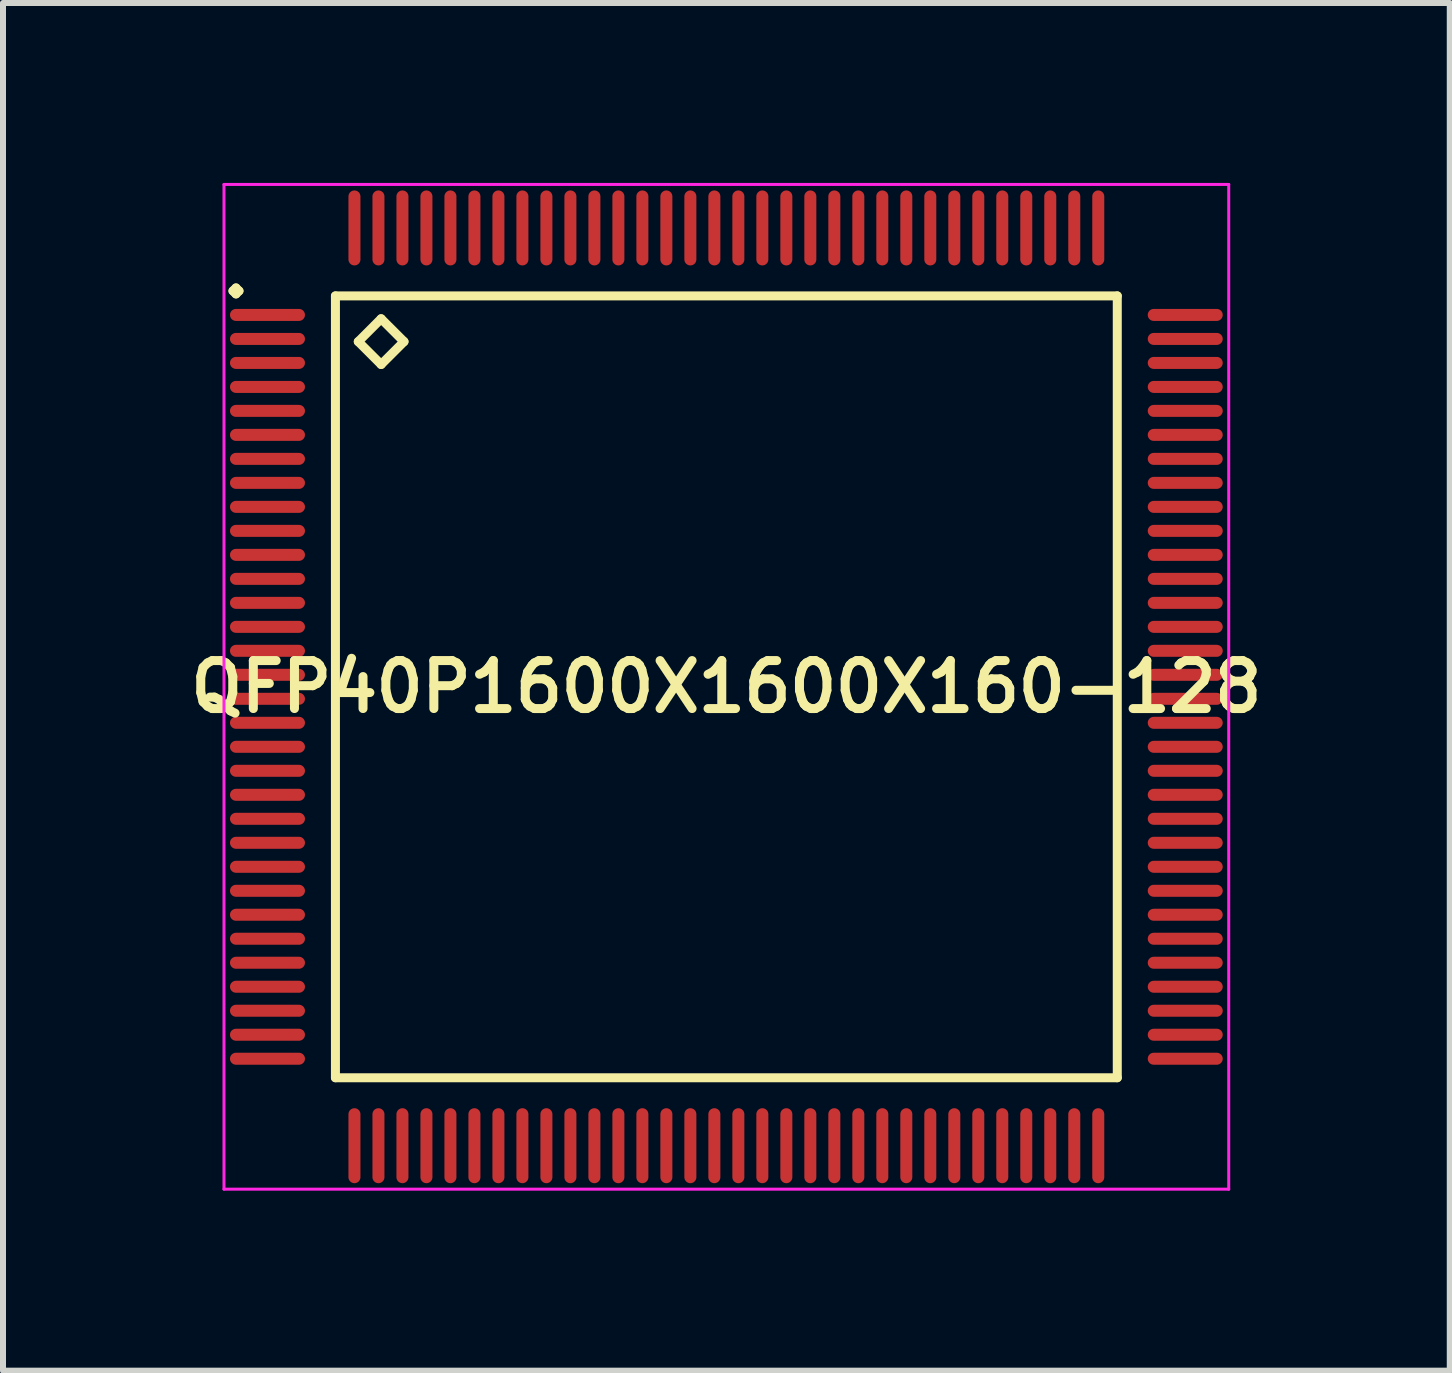
<source format=kicad_pcb>
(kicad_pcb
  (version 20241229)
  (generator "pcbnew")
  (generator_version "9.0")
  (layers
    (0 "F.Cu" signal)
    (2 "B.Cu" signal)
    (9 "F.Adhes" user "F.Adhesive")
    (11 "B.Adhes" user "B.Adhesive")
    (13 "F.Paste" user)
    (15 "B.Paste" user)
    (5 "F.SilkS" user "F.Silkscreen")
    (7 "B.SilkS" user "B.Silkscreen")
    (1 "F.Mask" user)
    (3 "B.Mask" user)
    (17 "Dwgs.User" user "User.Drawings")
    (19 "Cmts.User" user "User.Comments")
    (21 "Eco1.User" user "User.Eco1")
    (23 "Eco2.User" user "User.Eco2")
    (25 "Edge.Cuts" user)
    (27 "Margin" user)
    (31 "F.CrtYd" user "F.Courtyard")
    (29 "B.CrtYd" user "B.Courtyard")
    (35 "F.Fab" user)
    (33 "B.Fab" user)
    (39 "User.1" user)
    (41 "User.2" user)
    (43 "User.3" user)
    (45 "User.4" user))
  (footprint "QFP40P1600X1600X160-128"
    (layer "F.Cu")
    (at 9.059 8.4)
    (property "Reference" "QFP40P1600X1600X160-128" (at 0 0 0) (layer "F.SilkS") (effects (font (size 0.8 0.8) (thickness 0.15))))
    (attr smd)
    (fp_line (start -8.225 -6.6) (end -8.175 -6.65) (stroke (width 0.15) (type solid)) (layer "F.SilkS"))
    (fp_line (start -8.175 -6.65) (end -8.125 -6.6) (stroke (width 0.15) (type solid)) (layer "F.SilkS"))
    (fp_line (start -8.175 -6.55) (end -8.225 -6.6) (stroke (width 0.15) (type solid)) (layer "F.SilkS"))
    (fp_line (start -8.125 -6.6) (end -8.175 -6.55) (stroke (width 0.15) (type solid)) (layer "F.SilkS"))
    (fp_line (start -6.517 -6.517) (end -6.517 6.517) (stroke (width 0.15) (type solid)) (layer "F.SilkS"))
    (fp_line (start -6.517 6.517) (end 6.517 6.517) (stroke (width 0.15) (type solid)) (layer "F.SilkS"))
    (fp_line (start -6.136 -5.755) (end -5.755 -6.136) (stroke (width 0.15) (type solid)) (layer "F.SilkS"))
    (fp_line (start -5.755 -6.136) (end -5.374 -5.755) (stroke (width 0.15) (type solid)) (layer "F.SilkS"))
    (fp_line (start -5.755 -5.374) (end -6.136 -5.755) (stroke (width 0.15) (type solid)) (layer "F.SilkS"))
    (fp_line (start -5.374 -5.755) (end -5.755 -5.374) (stroke (width 0.15) (type solid)) (layer "F.SilkS"))
    (fp_line (start 6.517 -6.517) (end -6.517 -6.517) (stroke (width 0.15) (type solid)) (layer "F.SilkS"))
    (fp_line (start 6.517 6.517) (end 6.517 -6.517) (stroke (width 0.15) (type solid)) (layer "F.SilkS"))
    (fp_line (start -8.375 -8.375) (end 8.375 -8.375) (stroke (width 0.05) (type solid)) (layer "F.CrtYd"))
    (fp_line (start -8.375 8.375) (end -8.375 -8.375) (stroke (width 0.05) (type solid)) (layer "F.CrtYd"))
    (fp_line (start 8.375 -8.375) (end 8.375 8.375) (stroke (width 0.05) (type solid)) (layer "F.CrtYd"))
    (fp_line (start 8.375 8.375) (end -8.375 8.375) (stroke (width 0.05) (type solid)) (layer "F.CrtYd"))
    (pad "1" smd oval (at -7.65 -6.2) (size 1.25 0.2) (layers "F.Cu" "F.Mask" "F.Paste"))
    (pad "2" smd oval (at -7.65 -5.8) (size 1.25 0.2) (layers "F.Cu" "F.Mask" "F.Paste"))
    (pad "3" smd oval (at -7.65 -5.4) (size 1.25 0.2) (layers "F.Cu" "F.Mask" "F.Paste"))
    (pad "4" smd oval (at -7.65 -5) (size 1.25 0.2) (layers "F.Cu" "F.Mask" "F.Paste"))
    (pad "5" smd oval (at -7.65 -4.6) (size 1.25 0.2) (layers "F.Cu" "F.Mask" "F.Paste"))
    (pad "6" smd oval (at -7.65 -4.2) (size 1.25 0.2) (layers "F.Cu" "F.Mask" "F.Paste"))
    (pad "7" smd oval (at -7.65 -3.8) (size 1.25 0.2) (layers "F.Cu" "F.Mask" "F.Paste"))
    (pad "8" smd oval (at -7.65 -3.4) (size 1.25 0.2) (layers "F.Cu" "F.Mask" "F.Paste"))
    (pad "9" smd oval (at -7.65 -3) (size 1.25 0.2) (layers "F.Cu" "F.Mask" "F.Paste"))
    (pad "10" smd oval (at -7.65 -2.6) (size 1.25 0.2) (layers "F.Cu" "F.Mask" "F.Paste"))
    (pad "11" smd oval (at -7.65 -2.2) (size 1.25 0.2) (layers "F.Cu" "F.Mask" "F.Paste"))
    (pad "12" smd oval (at -7.65 -1.8) (size 1.25 0.2) (layers "F.Cu" "F.Mask" "F.Paste"))
    (pad "13" smd oval (at -7.65 -1.4) (size 1.25 0.2) (layers "F.Cu" "F.Mask" "F.Paste"))
    (pad "14" smd oval (at -7.65 -1) (size 1.25 0.2) (layers "F.Cu" "F.Mask" "F.Paste"))
    (pad "15" smd oval (at -7.65 -0.6) (size 1.25 0.2) (layers "F.Cu" "F.Mask" "F.Paste"))
    (pad "16" smd oval (at -7.65 -0.2) (size 1.25 0.2) (layers "F.Cu" "F.Mask" "F.Paste"))
    (pad "17" smd oval (at -7.65 0.2) (size 1.25 0.2) (layers "F.Cu" "F.Mask" "F.Paste"))
    (pad "18" smd oval (at -7.65 0.6) (size 1.25 0.2) (layers "F.Cu" "F.Mask" "F.Paste"))
    (pad "19" smd oval (at -7.65 1) (size 1.25 0.2) (layers "F.Cu" "F.Mask" "F.Paste"))
    (pad "20" smd oval (at -7.65 1.4) (size 1.25 0.2) (layers "F.Cu" "F.Mask" "F.Paste"))
    (pad "21" smd oval (at -7.65 1.8) (size 1.25 0.2) (layers "F.Cu" "F.Mask" "F.Paste"))
    (pad "22" smd oval (at -7.65 2.2) (size 1.25 0.2) (layers "F.Cu" "F.Mask" "F.Paste"))
    (pad "23" smd oval (at -7.65 2.6) (size 1.25 0.2) (layers "F.Cu" "F.Mask" "F.Paste"))
    (pad "24" smd oval (at -7.65 3) (size 1.25 0.2) (layers "F.Cu" "F.Mask" "F.Paste"))
    (pad "25" smd oval (at -7.65 3.4) (size 1.25 0.2) (layers "F.Cu" "F.Mask" "F.Paste"))
    (pad "26" smd oval (at -7.65 3.8) (size 1.25 0.2) (layers "F.Cu" "F.Mask" "F.Paste"))
    (pad "27" smd oval (at -7.65 4.2) (size 1.25 0.2) (layers "F.Cu" "F.Mask" "F.Paste"))
    (pad "28" smd oval (at -7.65 4.6) (size 1.25 0.2) (layers "F.Cu" "F.Mask" "F.Paste"))
    (pad "29" smd oval (at -7.65 5) (size 1.25 0.2) (layers "F.Cu" "F.Mask" "F.Paste"))
    (pad "30" smd oval (at -7.65 5.4) (size 1.25 0.2) (layers "F.Cu" "F.Mask" "F.Paste"))
    (pad "31" smd oval (at -7.65 5.8) (size 1.25 0.2) (layers "F.Cu" "F.Mask" "F.Paste"))
    (pad "32" smd oval (at -7.65 6.2) (size 1.25 0.2) (layers "F.Cu" "F.Mask" "F.Paste"))
    (pad "33" smd oval (at -6.2 7.65) (size 0.2 1.25) (layers "F.Cu" "F.Mask" "F.Paste"))
    (pad "34" smd oval (at -5.8 7.65) (size 0.2 1.25) (layers "F.Cu" "F.Mask" "F.Paste"))
    (pad "35" smd oval (at -5.4 7.65) (size 0.2 1.25) (layers "F.Cu" "F.Mask" "F.Paste"))
    (pad "36" smd oval (at -5 7.65) (size 0.2 1.25) (layers "F.Cu" "F.Mask" "F.Paste"))
    (pad "37" smd oval (at -4.6 7.65) (size 0.2 1.25) (layers "F.Cu" "F.Mask" "F.Paste"))
    (pad "38" smd oval (at -4.2 7.65) (size 0.2 1.25) (layers "F.Cu" "F.Mask" "F.Paste"))
    (pad "39" smd oval (at -3.8 7.65) (size 0.2 1.25) (layers "F.Cu" "F.Mask" "F.Paste"))
    (pad "40" smd oval (at -3.4 7.65) (size 0.2 1.25) (layers "F.Cu" "F.Mask" "F.Paste"))
    (pad "41" smd oval (at -3 7.65) (size 0.2 1.25) (layers "F.Cu" "F.Mask" "F.Paste"))
    (pad "42" smd oval (at -2.6 7.65) (size 0.2 1.25) (layers "F.Cu" "F.Mask" "F.Paste"))
    (pad "43" smd oval (at -2.2 7.65) (size 0.2 1.25) (layers "F.Cu" "F.Mask" "F.Paste"))
    (pad "44" smd oval (at -1.8 7.65) (size 0.2 1.25) (layers "F.Cu" "F.Mask" "F.Paste"))
    (pad "45" smd oval (at -1.4 7.65) (size 0.2 1.25) (layers "F.Cu" "F.Mask" "F.Paste"))
    (pad "46" smd oval (at -1 7.65) (size 0.2 1.25) (layers "F.Cu" "F.Mask" "F.Paste"))
    (pad "47" smd oval (at -0.6 7.65) (size 0.2 1.25) (layers "F.Cu" "F.Mask" "F.Paste"))
    (pad "48" smd oval (at -0.2 7.65) (size 0.2 1.25) (layers "F.Cu" "F.Mask" "F.Paste"))
    (pad "49" smd oval (at 0.2 7.65) (size 0.2 1.25) (layers "F.Cu" "F.Mask" "F.Paste"))
    (pad "50" smd oval (at 0.6 7.65) (size 0.2 1.25) (layers "F.Cu" "F.Mask" "F.Paste"))
    (pad "51" smd oval (at 1 7.65) (size 0.2 1.25) (layers "F.Cu" "F.Mask" "F.Paste"))
    (pad "52" smd oval (at 1.4 7.65) (size 0.2 1.25) (layers "F.Cu" "F.Mask" "F.Paste"))
    (pad "53" smd oval (at 1.8 7.65) (size 0.2 1.25) (layers "F.Cu" "F.Mask" "F.Paste"))
    (pad "54" smd oval (at 2.2 7.65) (size 0.2 1.25) (layers "F.Cu" "F.Mask" "F.Paste"))
    (pad "55" smd oval (at 2.6 7.65) (size 0.2 1.25) (layers "F.Cu" "F.Mask" "F.Paste"))
    (pad "56" smd oval (at 3 7.65) (size 0.2 1.25) (layers "F.Cu" "F.Mask" "F.Paste"))
    (pad "57" smd oval (at 3.4 7.65) (size 0.2 1.25) (layers "F.Cu" "F.Mask" "F.Paste"))
    (pad "58" smd oval (at 3.8 7.65) (size 0.2 1.25) (layers "F.Cu" "F.Mask" "F.Paste"))
    (pad "59" smd oval (at 4.2 7.65) (size 0.2 1.25) (layers "F.Cu" "F.Mask" "F.Paste"))
    (pad "60" smd oval (at 4.6 7.65) (size 0.2 1.25) (layers "F.Cu" "F.Mask" "F.Paste"))
    (pad "61" smd oval (at 5 7.65) (size 0.2 1.25) (layers "F.Cu" "F.Mask" "F.Paste"))
    (pad "62" smd oval (at 5.4 7.65) (size 0.2 1.25) (layers "F.Cu" "F.Mask" "F.Paste"))
    (pad "63" smd oval (at 5.8 7.65) (size 0.2 1.25) (layers "F.Cu" "F.Mask" "F.Paste"))
    (pad "64" smd oval (at 6.2 7.65) (size 0.2 1.25) (layers "F.Cu" "F.Mask" "F.Paste"))
    (pad "65" smd oval (at 7.65 6.2) (size 1.25 0.2) (layers "F.Cu" "F.Mask" "F.Paste"))
    (pad "66" smd oval (at 7.65 5.8) (size 1.25 0.2) (layers "F.Cu" "F.Mask" "F.Paste"))
    (pad "67" smd oval (at 7.65 5.4) (size 1.25 0.2) (layers "F.Cu" "F.Mask" "F.Paste"))
    (pad "68" smd oval (at 7.65 5) (size 1.25 0.2) (layers "F.Cu" "F.Mask" "F.Paste"))
    (pad "69" smd oval (at 7.65 4.6) (size 1.25 0.2) (layers "F.Cu" "F.Mask" "F.Paste"))
    (pad "70" smd oval (at 7.65 4.2) (size 1.25 0.2) (layers "F.Cu" "F.Mask" "F.Paste"))
    (pad "71" smd oval (at 7.65 3.8) (size 1.25 0.2) (layers "F.Cu" "F.Mask" "F.Paste"))
    (pad "72" smd oval (at 7.65 3.4) (size 1.25 0.2) (layers "F.Cu" "F.Mask" "F.Paste"))
    (pad "73" smd oval (at 7.65 3) (size 1.25 0.2) (layers "F.Cu" "F.Mask" "F.Paste"))
    (pad "74" smd oval (at 7.65 2.6) (size 1.25 0.2) (layers "F.Cu" "F.Mask" "F.Paste"))
    (pad "75" smd oval (at 7.65 2.2) (size 1.25 0.2) (layers "F.Cu" "F.Mask" "F.Paste"))
    (pad "76" smd oval (at 7.65 1.8) (size 1.25 0.2) (layers "F.Cu" "F.Mask" "F.Paste"))
    (pad "77" smd oval (at 7.65 1.4) (size 1.25 0.2) (layers "F.Cu" "F.Mask" "F.Paste"))
    (pad "78" smd oval (at 7.65 1) (size 1.25 0.2) (layers "F.Cu" "F.Mask" "F.Paste"))
    (pad "79" smd oval (at 7.65 0.6) (size 1.25 0.2) (layers "F.Cu" "F.Mask" "F.Paste"))
    (pad "80" smd oval (at 7.65 0.2) (size 1.25 0.2) (layers "F.Cu" "F.Mask" "F.Paste"))
    (pad "81" smd oval (at 7.65 -0.2) (size 1.25 0.2) (layers "F.Cu" "F.Mask" "F.Paste"))
    (pad "82" smd oval (at 7.65 -0.6) (size 1.25 0.2) (layers "F.Cu" "F.Mask" "F.Paste"))
    (pad "83" smd oval (at 7.65 -1) (size 1.25 0.2) (layers "F.Cu" "F.Mask" "F.Paste"))
    (pad "84" smd oval (at 7.65 -1.4) (size 1.25 0.2) (layers "F.Cu" "F.Mask" "F.Paste"))
    (pad "85" smd oval (at 7.65 -1.8) (size 1.25 0.2) (layers "F.Cu" "F.Mask" "F.Paste"))
    (pad "86" smd oval (at 7.65 -2.2) (size 1.25 0.2) (layers "F.Cu" "F.Mask" "F.Paste"))
    (pad "87" smd oval (at 7.65 -2.6) (size 1.25 0.2) (layers "F.Cu" "F.Mask" "F.Paste"))
    (pad "88" smd oval (at 7.65 -3) (size 1.25 0.2) (layers "F.Cu" "F.Mask" "F.Paste"))
    (pad "89" smd oval (at 7.65 -3.4) (size 1.25 0.2) (layers "F.Cu" "F.Mask" "F.Paste"))
    (pad "90" smd oval (at 7.65 -3.8) (size 1.25 0.2) (layers "F.Cu" "F.Mask" "F.Paste"))
    (pad "91" smd oval (at 7.65 -4.2) (size 1.25 0.2) (layers "F.Cu" "F.Mask" "F.Paste"))
    (pad "92" smd oval (at 7.65 -4.6) (size 1.25 0.2) (layers "F.Cu" "F.Mask" "F.Paste"))
    (pad "93" smd oval (at 7.65 -5) (size 1.25 0.2) (layers "F.Cu" "F.Mask" "F.Paste"))
    (pad "94" smd oval (at 7.65 -5.4) (size 1.25 0.2) (layers "F.Cu" "F.Mask" "F.Paste"))
    (pad "95" smd oval (at 7.65 -5.8) (size 1.25 0.2) (layers "F.Cu" "F.Mask" "F.Paste"))
    (pad "96" smd oval (at 7.65 -6.2) (size 1.25 0.2) (layers "F.Cu" "F.Mask" "F.Paste"))
    (pad "97" smd oval (at 6.2 -7.65) (size 0.2 1.25) (layers "F.Cu" "F.Mask" "F.Paste"))
    (pad "98" smd oval (at 5.8 -7.65) (size 0.2 1.25) (layers "F.Cu" "F.Mask" "F.Paste"))
    (pad "99" smd oval (at 5.4 -7.65) (size 0.2 1.25) (layers "F.Cu" "F.Mask" "F.Paste"))
    (pad "100" smd oval (at 5 -7.65) (size 0.2 1.25) (layers "F.Cu" "F.Mask" "F.Paste"))
    (pad "101" smd oval (at 4.6 -7.65) (size 0.2 1.25) (layers "F.Cu" "F.Mask" "F.Paste"))
    (pad "102" smd oval (at 4.2 -7.65) (size 0.2 1.25) (layers "F.Cu" "F.Mask" "F.Paste"))
    (pad "103" smd oval (at 3.8 -7.65) (size 0.2 1.25) (layers "F.Cu" "F.Mask" "F.Paste"))
    (pad "104" smd oval (at 3.4 -7.65) (size 0.2 1.25) (layers "F.Cu" "F.Mask" "F.Paste"))
    (pad "105" smd oval (at 3 -7.65) (size 0.2 1.25) (layers "F.Cu" "F.Mask" "F.Paste"))
    (pad "106" smd oval (at 2.6 -7.65) (size 0.2 1.25) (layers "F.Cu" "F.Mask" "F.Paste"))
    (pad "107" smd oval (at 2.2 -7.65) (size 0.2 1.25) (layers "F.Cu" "F.Mask" "F.Paste"))
    (pad "108" smd oval (at 1.8 -7.65) (size 0.2 1.25) (layers "F.Cu" "F.Mask" "F.Paste"))
    (pad "109" smd oval (at 1.4 -7.65) (size 0.2 1.25) (layers "F.Cu" "F.Mask" "F.Paste"))
    (pad "110" smd oval (at 1 -7.65) (size 0.2 1.25) (layers "F.Cu" "F.Mask" "F.Paste"))
    (pad "111" smd oval (at 0.6 -7.65) (size 0.2 1.25) (layers "F.Cu" "F.Mask" "F.Paste"))
    (pad "112" smd oval (at 0.2 -7.65) (size 0.2 1.25) (layers "F.Cu" "F.Mask" "F.Paste"))
    (pad "113" smd oval (at -0.2 -7.65) (size 0.2 1.25) (layers "F.Cu" "F.Mask" "F.Paste"))
    (pad "114" smd oval (at -0.6 -7.65) (size 0.2 1.25) (layers "F.Cu" "F.Mask" "F.Paste"))
    (pad "115" smd oval (at -1 -7.65) (size 0.2 1.25) (layers "F.Cu" "F.Mask" "F.Paste"))
    (pad "116" smd oval (at -1.4 -7.65) (size 0.2 1.25) (layers "F.Cu" "F.Mask" "F.Paste"))
    (pad "117" smd oval (at -1.8 -7.65) (size 0.2 1.25) (layers "F.Cu" "F.Mask" "F.Paste"))
    (pad "118" smd oval (at -2.2 -7.65) (size 0.2 1.25) (layers "F.Cu" "F.Mask" "F.Paste"))
    (pad "119" smd oval (at -2.6 -7.65) (size 0.2 1.25) (layers "F.Cu" "F.Mask" "F.Paste"))
    (pad "120" smd oval (at -3 -7.65) (size 0.2 1.25) (layers "F.Cu" "F.Mask" "F.Paste"))
    (pad "121" smd oval (at -3.4 -7.65) (size 0.2 1.25) (layers "F.Cu" "F.Mask" "F.Paste"))
    (pad "122" smd oval (at -3.8 -7.65) (size 0.2 1.25) (layers "F.Cu" "F.Mask" "F.Paste"))
    (pad "123" smd oval (at -4.2 -7.65) (size 0.2 1.25) (layers "F.Cu" "F.Mask" "F.Paste"))
    (pad "124" smd oval (at -4.6 -7.65) (size 0.2 1.25) (layers "F.Cu" "F.Mask" "F.Paste"))
    (pad "125" smd oval (at -5 -7.65) (size 0.2 1.25) (layers "F.Cu" "F.Mask" "F.Paste"))
    (pad "126" smd oval (at -5.4 -7.65) (size 0.2 1.25) (layers "F.Cu" "F.Mask" "F.Paste"))
    (pad "127" smd oval (at -5.8 -7.65) (size 0.2 1.25) (layers "F.Cu" "F.Mask" "F.Paste"))
    (pad "128" smd oval (at -6.2 -7.65) (size 0.2 1.25) (layers "F.Cu" "F.Mask" "F.Paste")))
  (gr_rect
    (start -3 -3)
    (end 21.119 19.8)
    (stroke (width 0.1) (type default))
    (fill no)
    (layer "Edge.Cuts")))
</source>
